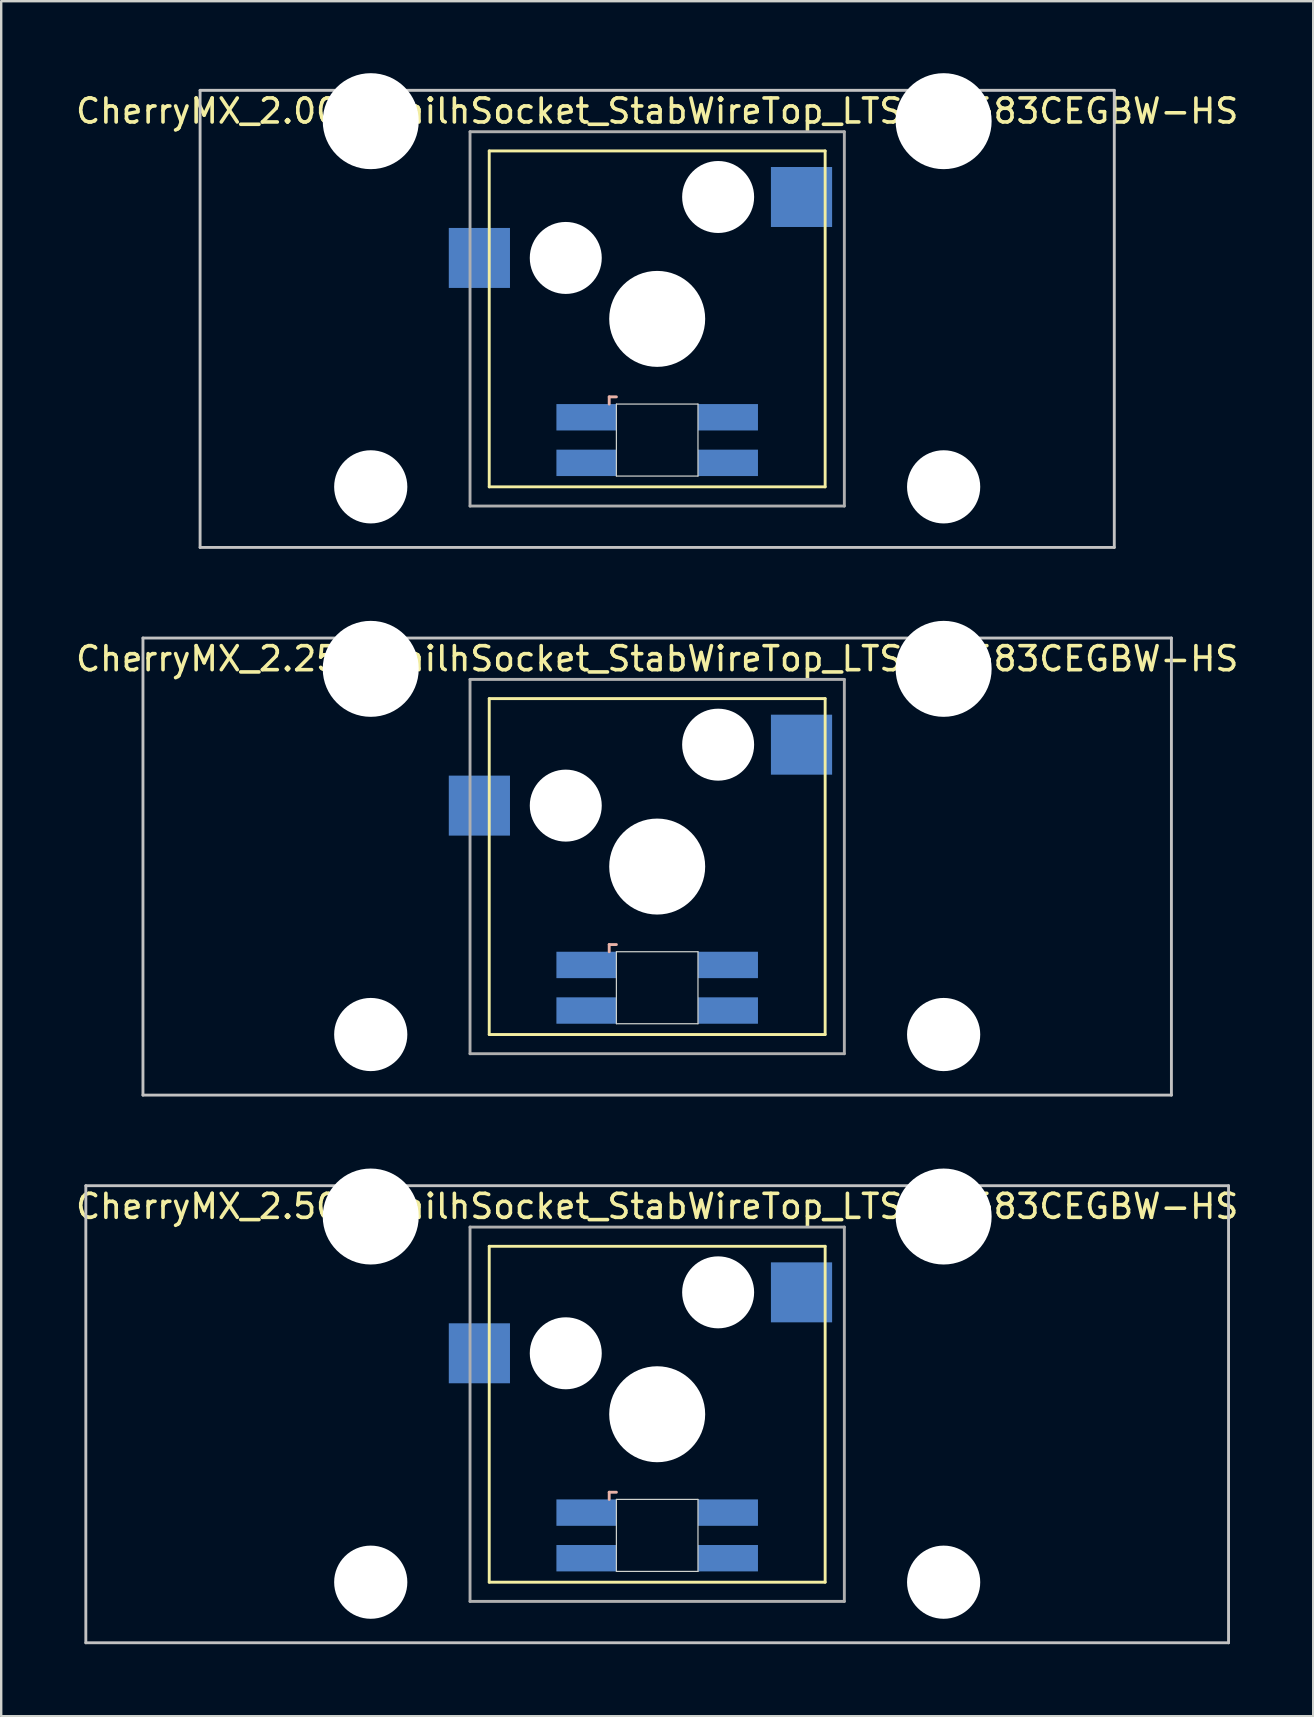
<source format=kicad_pcb>
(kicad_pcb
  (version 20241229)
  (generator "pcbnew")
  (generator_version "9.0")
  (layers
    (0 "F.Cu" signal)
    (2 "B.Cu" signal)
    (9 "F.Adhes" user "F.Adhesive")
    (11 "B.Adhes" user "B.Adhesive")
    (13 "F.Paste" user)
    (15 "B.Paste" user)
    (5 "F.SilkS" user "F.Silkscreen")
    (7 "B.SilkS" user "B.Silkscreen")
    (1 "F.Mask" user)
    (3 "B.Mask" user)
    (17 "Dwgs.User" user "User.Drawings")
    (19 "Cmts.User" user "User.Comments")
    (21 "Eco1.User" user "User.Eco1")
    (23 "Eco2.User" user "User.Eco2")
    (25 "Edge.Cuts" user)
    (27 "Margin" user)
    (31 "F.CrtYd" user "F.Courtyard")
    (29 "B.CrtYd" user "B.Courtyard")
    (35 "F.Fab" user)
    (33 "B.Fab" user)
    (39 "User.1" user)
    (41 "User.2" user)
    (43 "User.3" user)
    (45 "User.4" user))
  (footprint "CherryMX_2.50u_KailhSocket_StabWireTop_LTST-A683CEGBW-HS"
    (layer "F.Cu")
    (at 24.339 55.89)
    (property "Reference" "CherryMX_2.50u_KailhSocket_StabWireTop_LTST-A683CEGBW-HS" (at 0 -8.662 0) (layer "F.SilkS") (effects (font (size 1 1) (thickness 0.15))))
    (attr through_hole)
    (fp_line (start -7 -7) (end -7 7) (stroke (width 0.12) (type solid)) (layer "F.SilkS"))
    (fp_line (start -7 -7) (end 7 -7) (stroke (width 0.12) (type solid)) (layer "F.SilkS"))
    (fp_line (start 7 -7) (end 7 7) (stroke (width 0.12) (type solid)) (layer "F.SilkS"))
    (fp_line (start 7 7) (end -7 7) (stroke (width 0.12) (type solid)) (layer "F.SilkS"))
    (fp_line (start -2 3.25) (end -2 3.55) (stroke (width 0.12) (type solid)) (layer "B.SilkS"))
    (fp_line (start -1.7 3.25) (end -2 3.25) (stroke (width 0.12) (type solid)) (layer "B.SilkS"))
    (fp_line (start -23.812 -9.525) (end 23.812 -9.525) (stroke (width 0.12) (type solid)) (layer "Dwgs.User"))
    (fp_line (start -23.812 9.525) (end -23.812 -9.525) (stroke (width 0.12) (type solid)) (layer "Dwgs.User"))
    (fp_line (start 23.812 -9.525) (end 23.812 9.525) (stroke (width 0.12) (type solid)) (layer "Dwgs.User"))
    (fp_line (start 23.812 9.525) (end -23.812 9.525) (stroke (width 0.12) (type solid)) (layer "Dwgs.User"))
    (fp_line (start -1.7 3.55) (end 1.7 3.55) (stroke (width 0.05) (type solid)) (layer "Edge.Cuts"))
    (fp_line (start -1.7 6.55) (end -1.7 3.55) (stroke (width 0.05) (type solid)) (layer "Edge.Cuts"))
    (fp_line (start 1.7 3.55) (end 1.7 6.55) (stroke (width 0.05) (type solid)) (layer "Edge.Cuts"))
    (fp_line (start 1.7 6.55) (end -1.7 6.55) (stroke (width 0.05) (type solid)) (layer "Edge.Cuts"))
    (fp_line (start -7.8 -7.8) (end -7.8 7.8) (stroke (width 0.12) (type solid)) (layer "F.Fab"))
    (fp_line (start -7.8 -7.8) (end 7.8 -7.8) (stroke (width 0.12) (type solid)) (layer "F.Fab"))
    (fp_line (start -7.8 7.8) (end 7.8 7.8) (stroke (width 0.12) (type solid)) (layer "F.Fab"))
    (fp_line (start 7.8 -7.8) (end 7.8 7.8) (stroke (width 0.12) (type solid)) (layer "F.Fab"))
    (pad "" np_thru_hole circle (at -11.938 -8.24) (size 4 4) (drill 4) (layers "*.Cu" "*.Mask"))
    (pad "" np_thru_hole circle (at -11.938 7) (size 3.05 3.05) (drill 3.05) (layers "*.Cu" "*.Mask"))
    (pad "" np_thru_hole circle (at -3.81 -2.54) (size 3 3) (drill 3) (layers "*.Cu" "*.Mask"))
    (pad "" np_thru_hole circle (at 0 0) (size 4 4) (drill 4) (layers "*.Cu" "*.Mask"))
    (pad "" np_thru_hole circle (at 2.54 -5.08) (size 3 3) (drill 3) (layers "*.Cu" "*.Mask"))
    (pad "" np_thru_hole circle (at 11.938 -8.24) (size 4 4) (drill 4) (layers "*.Cu" "*.Mask"))
    (pad "" np_thru_hole circle (at 11.938 7) (size 3.05 3.05) (drill 3.05) (layers "*.Cu" "*.Mask"))
    (pad "1" smd rect (at -7.41 -2.54) (size 2.55 2.5) (layers "B.Cu" "B.Mask" "B.Paste"))
    (pad "2" smd rect (at 6.015 -5.08) (size 2.55 2.5) (layers "B.Cu" "B.Mask" "B.Paste"))
    (pad "3" smd rect (at -2.95 4.1) (size 2.5 1.1) (layers "B.Cu" "B.Mask" "B.Paste"))
    (pad "4" smd rect (at -2.95 6) (size 2.5 1.1) (layers "B.Cu" "B.Mask" "B.Paste"))
    (pad "5" smd rect (at 2.95 4.1) (size 2.5 1.1) (layers "B.Cu" "B.Mask" "B.Paste"))
    (pad "6" smd rect (at 2.95 6) (size 2.5 1.1) (layers "B.Cu" "B.Mask" "B.Paste")))
  (footprint "CherryMX_2.25u_KailhSocket_StabWireTop_LTST-A683CEGBW-HS"
    (layer "F.Cu")
    (at 24.339 33.065)
    (property "Reference" "CherryMX_2.25u_KailhSocket_StabWireTop_LTST-A683CEGBW-HS" (at 0 -8.662 0) (layer "F.SilkS") (effects (font (size 1 1) (thickness 0.15))))
    (attr through_hole)
    (fp_line (start -7 -7) (end -7 7) (stroke (width 0.12) (type solid)) (layer "F.SilkS"))
    (fp_line (start -7 -7) (end 7 -7) (stroke (width 0.12) (type solid)) (layer "F.SilkS"))
    (fp_line (start 7 -7) (end 7 7) (stroke (width 0.12) (type solid)) (layer "F.SilkS"))
    (fp_line (start 7 7) (end -7 7) (stroke (width 0.12) (type solid)) (layer "F.SilkS"))
    (fp_line (start -2 3.25) (end -2 3.55) (stroke (width 0.12) (type solid)) (layer "B.SilkS"))
    (fp_line (start -1.7 3.25) (end -2 3.25) (stroke (width 0.12) (type solid)) (layer "B.SilkS"))
    (fp_line (start -21.431 -9.525) (end 21.431 -9.525) (stroke (width 0.12) (type solid)) (layer "Dwgs.User"))
    (fp_line (start -21.431 9.525) (end -21.431 -9.525) (stroke (width 0.12) (type solid)) (layer "Dwgs.User"))
    (fp_line (start 21.431 -9.525) (end 21.431 9.525) (stroke (width 0.12) (type solid)) (layer "Dwgs.User"))
    (fp_line (start 21.431 9.525) (end -21.431 9.525) (stroke (width 0.12) (type solid)) (layer "Dwgs.User"))
    (fp_line (start -1.7 3.55) (end 1.7 3.55) (stroke (width 0.05) (type solid)) (layer "Edge.Cuts"))
    (fp_line (start -1.7 6.55) (end -1.7 3.55) (stroke (width 0.05) (type solid)) (layer "Edge.Cuts"))
    (fp_line (start 1.7 3.55) (end 1.7 6.55) (stroke (width 0.05) (type solid)) (layer "Edge.Cuts"))
    (fp_line (start 1.7 6.55) (end -1.7 6.55) (stroke (width 0.05) (type solid)) (layer "Edge.Cuts"))
    (fp_line (start -7.8 -7.8) (end -7.8 7.8) (stroke (width 0.12) (type solid)) (layer "F.Fab"))
    (fp_line (start -7.8 -7.8) (end 7.8 -7.8) (stroke (width 0.12) (type solid)) (layer "F.Fab"))
    (fp_line (start -7.8 7.8) (end 7.8 7.8) (stroke (width 0.12) (type solid)) (layer "F.Fab"))
    (fp_line (start 7.8 -7.8) (end 7.8 7.8) (stroke (width 0.12) (type solid)) (layer "F.Fab"))
    (pad "" np_thru_hole circle (at -11.938 -8.24) (size 4 4) (drill 4) (layers "*.Cu" "*.Mask"))
    (pad "" np_thru_hole circle (at -11.938 7) (size 3.05 3.05) (drill 3.05) (layers "*.Cu" "*.Mask"))
    (pad "" np_thru_hole circle (at -3.81 -2.54) (size 3 3) (drill 3) (layers "*.Cu" "*.Mask"))
    (pad "" np_thru_hole circle (at 0 0) (size 4 4) (drill 4) (layers "*.Cu" "*.Mask"))
    (pad "" np_thru_hole circle (at 2.54 -5.08) (size 3 3) (drill 3) (layers "*.Cu" "*.Mask"))
    (pad "" np_thru_hole circle (at 11.938 -8.24) (size 4 4) (drill 4) (layers "*.Cu" "*.Mask"))
    (pad "" np_thru_hole circle (at 11.938 7) (size 3.05 3.05) (drill 3.05) (layers "*.Cu" "*.Mask"))
    (pad "1" smd rect (at -7.41 -2.54) (size 2.55 2.5) (layers "B.Cu" "B.Mask" "B.Paste"))
    (pad "2" smd rect (at 6.015 -5.08) (size 2.55 2.5) (layers "B.Cu" "B.Mask" "B.Paste"))
    (pad "3" smd rect (at -2.95 4.1) (size 2.5 1.1) (layers "B.Cu" "B.Mask" "B.Paste"))
    (pad "4" smd rect (at -2.95 6) (size 2.5 1.1) (layers "B.Cu" "B.Mask" "B.Paste"))
    (pad "5" smd rect (at 2.95 4.1) (size 2.5 1.1) (layers "B.Cu" "B.Mask" "B.Paste"))
    (pad "6" smd rect (at 2.95 6) (size 2.5 1.1) (layers "B.Cu" "B.Mask" "B.Paste")))
  (footprint "CherryMX_2.00u_KailhSocket_StabWireTop_LTST-A683CEGBW-HS"
    (layer "F.Cu")
    (at 24.339 10.24)
    (property "Reference" "CherryMX_2.00u_KailhSocket_StabWireTop_LTST-A683CEGBW-HS" (at 0 -8.662 0) (layer "F.SilkS") (effects (font (size 1 1) (thickness 0.15))))
    (attr through_hole)
    (fp_line (start -7 -7) (end -7 7) (stroke (width 0.12) (type solid)) (layer "F.SilkS"))
    (fp_line (start -7 -7) (end 7 -7) (stroke (width 0.12) (type solid)) (layer "F.SilkS"))
    (fp_line (start 7 -7) (end 7 7) (stroke (width 0.12) (type solid)) (layer "F.SilkS"))
    (fp_line (start 7 7) (end -7 7) (stroke (width 0.12) (type solid)) (layer "F.SilkS"))
    (fp_line (start -2 3.25) (end -2 3.55) (stroke (width 0.12) (type solid)) (layer "B.SilkS"))
    (fp_line (start -1.7 3.25) (end -2 3.25) (stroke (width 0.12) (type solid)) (layer "B.SilkS"))
    (fp_line (start -19.05 -9.525) (end 19.05 -9.525) (stroke (width 0.12) (type solid)) (layer "Dwgs.User"))
    (fp_line (start -19.05 9.525) (end -19.05 -9.525) (stroke (width 0.12) (type solid)) (layer "Dwgs.User"))
    (fp_line (start 19.05 -9.525) (end 19.05 9.525) (stroke (width 0.12) (type solid)) (layer "Dwgs.User"))
    (fp_line (start 19.05 9.525) (end -19.05 9.525) (stroke (width 0.12) (type solid)) (layer "Dwgs.User"))
    (fp_line (start -1.7 3.55) (end 1.7 3.55) (stroke (width 0.05) (type solid)) (layer "Edge.Cuts"))
    (fp_line (start -1.7 6.55) (end -1.7 3.55) (stroke (width 0.05) (type solid)) (layer "Edge.Cuts"))
    (fp_line (start 1.7 3.55) (end 1.7 6.55) (stroke (width 0.05) (type solid)) (layer "Edge.Cuts"))
    (fp_line (start 1.7 6.55) (end -1.7 6.55) (stroke (width 0.05) (type solid)) (layer "Edge.Cuts"))
    (fp_line (start -7.8 -7.8) (end -7.8 7.8) (stroke (width 0.12) (type solid)) (layer "F.Fab"))
    (fp_line (start -7.8 -7.8) (end 7.8 -7.8) (stroke (width 0.12) (type solid)) (layer "F.Fab"))
    (fp_line (start -7.8 7.8) (end 7.8 7.8) (stroke (width 0.12) (type solid)) (layer "F.Fab"))
    (fp_line (start 7.8 -7.8) (end 7.8 7.8) (stroke (width 0.12) (type solid)) (layer "F.Fab"))
    (pad "" np_thru_hole circle (at -11.938 -8.24) (size 4 4) (drill 4) (layers "*.Cu" "*.Mask"))
    (pad "" np_thru_hole circle (at -11.938 7) (size 3.05 3.05) (drill 3.05) (layers "*.Cu" "*.Mask"))
    (pad "" np_thru_hole circle (at -3.81 -2.54) (size 3 3) (drill 3) (layers "*.Cu" "*.Mask"))
    (pad "" np_thru_hole circle (at 0 0) (size 4 4) (drill 4) (layers "*.Cu" "*.Mask"))
    (pad "" np_thru_hole circle (at 2.54 -5.08) (size 3 3) (drill 3) (layers "*.Cu" "*.Mask"))
    (pad "" np_thru_hole circle (at 11.938 -8.24) (size 4 4) (drill 4) (layers "*.Cu" "*.Mask"))
    (pad "" np_thru_hole circle (at 11.938 7) (size 3.05 3.05) (drill 3.05) (layers "*.Cu" "*.Mask"))
    (pad "1" smd rect (at -7.41 -2.54) (size 2.55 2.5) (layers "B.Cu" "B.Mask" "B.Paste"))
    (pad "2" smd rect (at 6.015 -5.08) (size 2.55 2.5) (layers "B.Cu" "B.Mask" "B.Paste"))
    (pad "3" smd rect (at -2.95 4.1) (size 2.5 1.1) (layers "B.Cu" "B.Mask" "B.Paste"))
    (pad "4" smd rect (at -2.95 6) (size 2.5 1.1) (layers "B.Cu" "B.Mask" "B.Paste"))
    (pad "5" smd rect (at 2.95 4.1) (size 2.5 1.1) (layers "B.Cu" "B.Mask" "B.Paste"))
    (pad "6" smd rect (at 2.95 6) (size 2.5 1.1) (layers "B.Cu" "B.Mask" "B.Paste")))
  (gr_rect
    (start -3 -3)
    (end 51.679 68.475)
    (stroke (width 0.1) (type default))
    (fill no)
    (layer "Edge.Cuts")))
</source>
